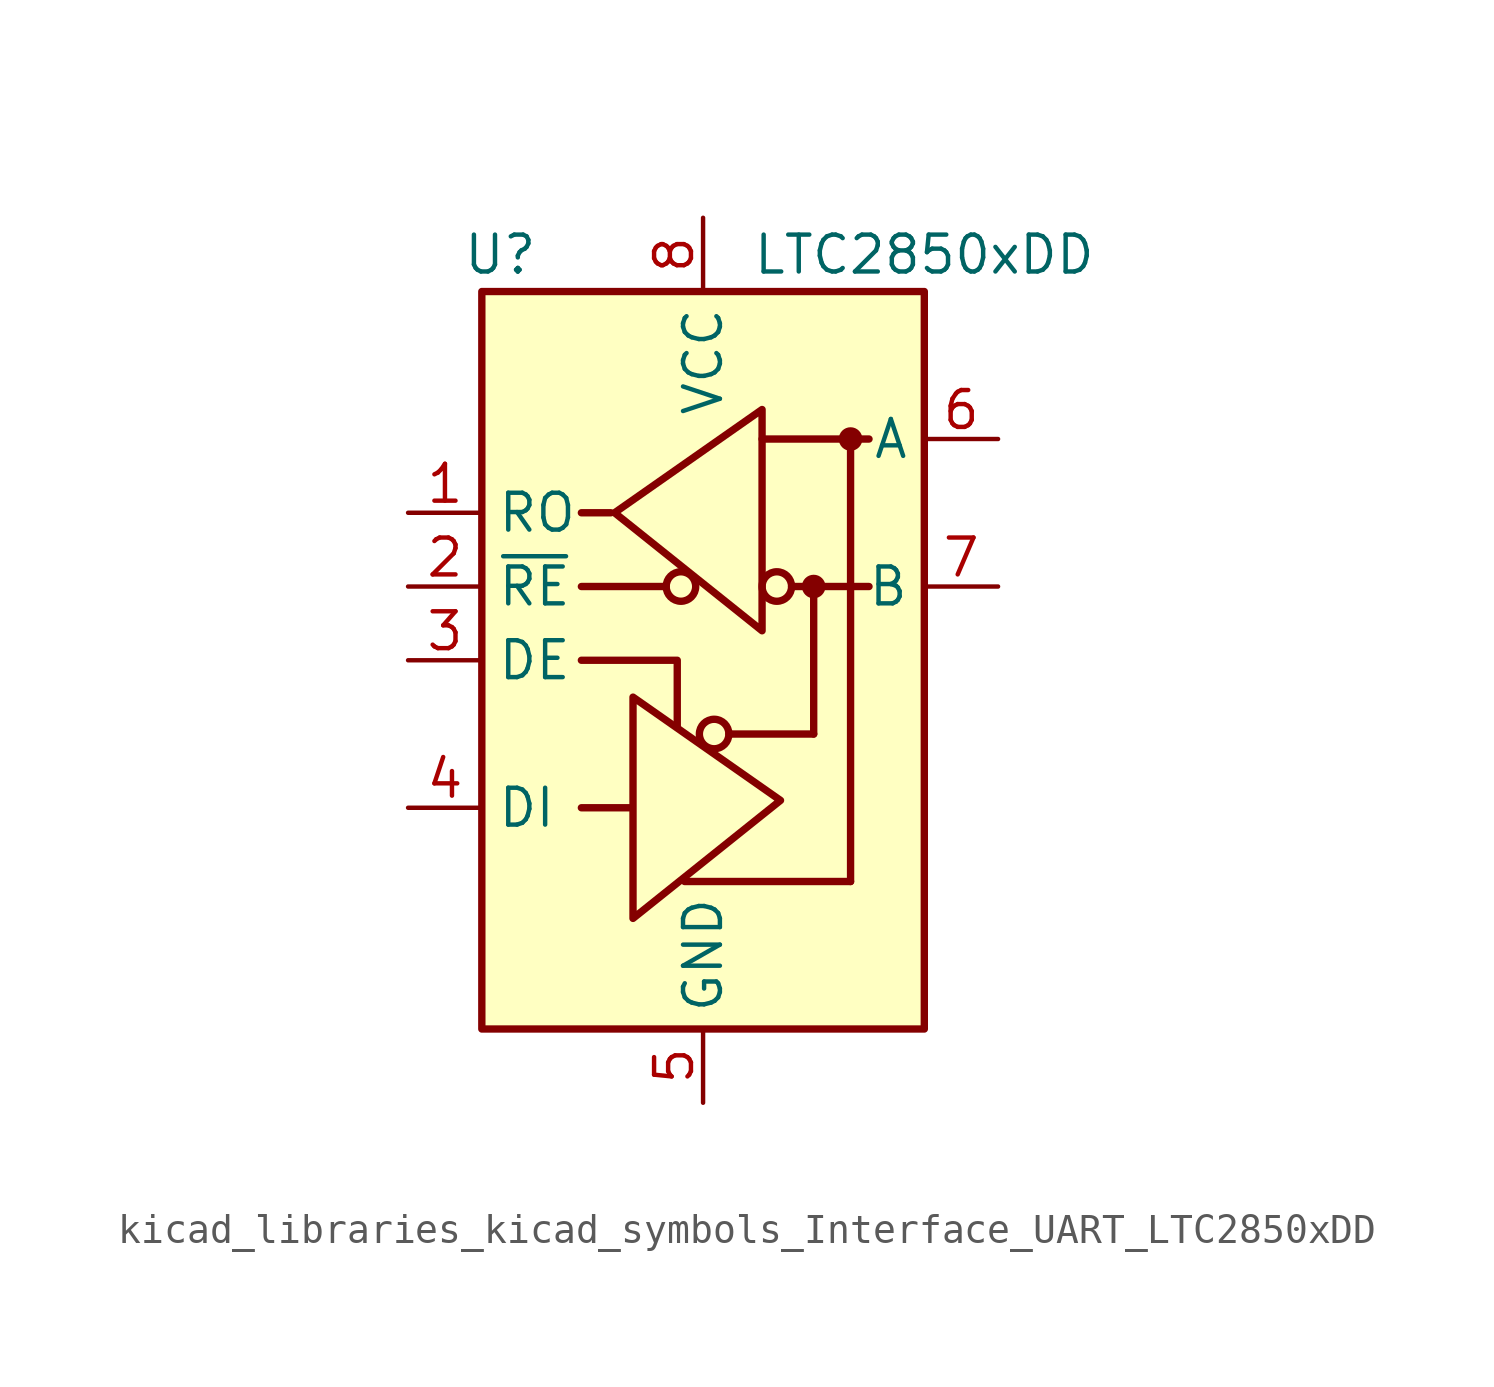
<source format=kicad_sym>
(kicad_symbol_lib
  (version 20220914)
  (generator kicad_symbol_editor)
  (symbol "kicad_libraries_kicad_symbols_Interface_UART_LTC2850xDD"
    (property "Reference" "U"
      (at -6.985 13.97 0)
      (effects (font (size 1.27 1.27))))
    (property "Value" "LTC2850xDD"
      (at 7.62 13.97 0)
      (effects (font (size 1.27 1.27))))
    (symbol "kicad_libraries_kicad_symbols_Interface_UART_LTC2850xDD_0_1"
      (rectangle (start -7.62 12.7) (end 7.62 -12.7) (stroke (width 0.254) (type default)) (fill (type background))))
    (symbol "kicad_libraries_kicad_symbols_Interface_UART_LTC2850xDD_1_1"
      (circle (center -0.762 2.54) (radius 0.508) (stroke (width 0.254) (type default)) (fill (type none)))
      (polyline (pts (xy -4.191 2.54) (xy -1.27 2.54)) (stroke (width 0.254) (type default)) (fill (type none)))
      (polyline (pts (xy -2.54 -5.08) (xy -4.191 -5.08)) (stroke (width 0.254) (type default)) (fill (type none)))
      (polyline (pts (xy -0.635 -7.62) (xy 5.08 -7.62)) (stroke (width 0.254) (type default)) (fill (type none)))
      (polyline (pts (xy 0.889 -2.54) (xy 3.81 -2.54)) (stroke (width 0.254) (type default)) (fill (type none)))
      (polyline (pts (xy 2.032 7.62) (xy 5.715 7.62)) (stroke (width 0.254) (type default)) (fill (type none)))
      (polyline (pts (xy 3.048 2.54) (xy 5.715 2.54)) (stroke (width 0.254) (type default)) (fill (type none)))
      (polyline (pts (xy 3.81 -2.54) (xy 3.81 2.54)) (stroke (width 0.254) (type default)) (fill (type none)))
      (polyline (pts (xy 5.08 -7.62) (xy 5.08 7.62)) (stroke (width 0.254) (type default)) (fill (type none)))
      (polyline (pts (xy -4.191 0) (xy -0.889 0) (xy -0.889 -2.286)) (stroke (width 0.254) (type default)) (fill (type none)))
      (polyline (pts (xy -3.175 5.08) (xy -4.191 5.08) (xy -4.064 5.08)) (stroke (width 0.254) (type default)) (fill (type none)))
      (polyline (pts (xy -2.413 -5.08) (xy -2.413 -1.27) (xy 2.667 -4.826) (xy -2.413 -8.89) (xy -2.413 -5.08)) (stroke (width 0.254) (type default)) (fill (type none)))
      (polyline (pts (xy 2.032 4.826) (xy 2.032 8.636) (xy -3.048 5.08) (xy 2.032 1.016) (xy 2.032 4.826)) (stroke (width 0.254) (type default)) (fill (type none)))
      (circle (center 0.381 -2.54) (radius 0.508) (stroke (width 0.254) (type default)) (fill (type none)))
      (circle (center 2.54 2.54) (radius 0.508) (stroke (width 0.254) (type default)) (fill (type none)))
      (circle (center 3.81 2.54) (radius 0.279) (stroke (width 0.254) (type default)) (fill (type outline)))
      (circle (center 5.08 7.62) (radius 0.279) (stroke (width 0.254) (type default)) (fill (type outline)))
      (pin output line (at -10.16 5.08 0) (length 2.54) (name "RO" (effects (font (size 1.27 1.27)))) (number "1" (effects (font (size 1.27 1.27)))))
      (pin input line (at -10.16 2.54 0) (length 2.54) (name "~{RE}" (effects (font (size 1.27 1.27)))) (number "2" (effects (font (size 1.27 1.27)))))
      (pin input line (at -10.16 0 0) (length 2.54) (name "DE" (effects (font (size 1.27 1.27)))) (number "3" (effects (font (size 1.27 1.27)))))
      (pin input line (at -10.16 -5.08 0) (length 2.54) (name "DI" (effects (font (size 1.27 1.27)))) (number "4" (effects (font (size 1.27 1.27)))))
      (pin power_in line (at 0 -15.24 90) (length 2.54) (name "GND" (effects (font (size 1.27 1.27)))) (number "5" (effects (font (size 1.27 1.27)))))
      (pin bidirectional line (at 10.16 7.62 180) (length 2.54) (name "A" (effects (font (size 1.27 1.27)))) (number "6" (effects (font (size 1.27 1.27)))))
      (pin bidirectional line (at 10.16 2.54 180) (length 2.54) (name "B" (effects (font (size 1.27 1.27)))) (number "7" (effects (font (size 1.27 1.27)))))
      (pin power_in line (at 0 15.24 270) (length 2.54) (name "VCC" (effects (font (size 1.27 1.27)))) (number "8" (effects (font (size 1.27 1.27)))))
      (pin passive line (at 0 -15.24 90) (length 2.54) hide (name "GND" (effects (font (size 1.27 1.27)))) (number "9" (effects (font (size 1.27 1.27))))))))
</source>
